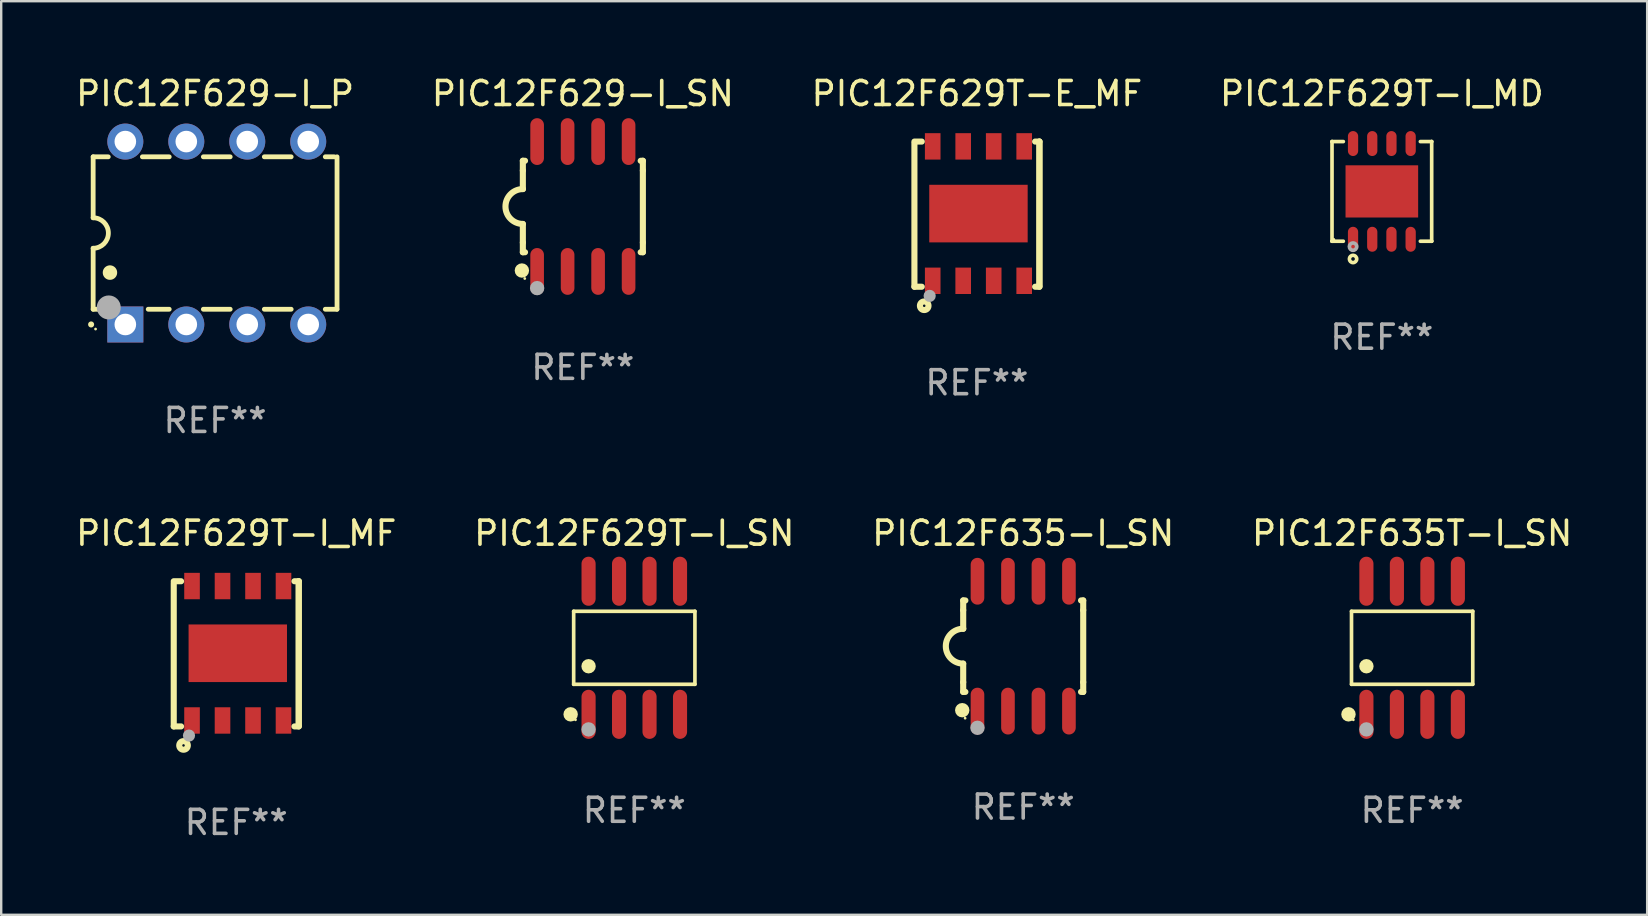
<source format=kicad_pcb>
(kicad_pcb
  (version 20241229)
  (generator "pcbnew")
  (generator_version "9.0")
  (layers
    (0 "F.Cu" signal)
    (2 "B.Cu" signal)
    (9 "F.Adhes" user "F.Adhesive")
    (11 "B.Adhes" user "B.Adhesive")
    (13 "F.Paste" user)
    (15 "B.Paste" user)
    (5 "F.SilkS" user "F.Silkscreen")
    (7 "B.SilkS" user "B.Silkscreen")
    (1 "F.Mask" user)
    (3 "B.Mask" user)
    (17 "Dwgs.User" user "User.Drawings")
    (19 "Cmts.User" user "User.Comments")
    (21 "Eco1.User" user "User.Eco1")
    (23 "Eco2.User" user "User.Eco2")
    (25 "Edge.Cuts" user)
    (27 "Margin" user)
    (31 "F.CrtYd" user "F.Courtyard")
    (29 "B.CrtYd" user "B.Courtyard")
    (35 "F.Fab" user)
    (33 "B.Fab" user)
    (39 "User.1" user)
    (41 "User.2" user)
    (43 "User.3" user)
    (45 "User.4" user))
  (footprint "PIC12F629T-I_SN"
    (layer "F.Cu")
    (at 23.375 23.937)
    (property "Reference" "PIC12F629T-I_SN" (at 0 -4.772 0) (layer "F.SilkS") (effects (font (size 1 1) (thickness 0.15))))
    (attr through_hole)
    (fp_line (start -2.526 -1.521) (end 2.526 -1.521) (stroke (width 0.152) (type solid)) (layer "F.SilkS"))
    (fp_line (start -2.526 1.521) (end -2.526 -1.521) (stroke (width 0.152) (type solid)) (layer "F.SilkS"))
    (fp_line (start 2.526 -1.521) (end 2.526 1.521) (stroke (width 0.152) (type solid)) (layer "F.SilkS"))
    (fp_line (start 2.526 1.521) (end -2.526 1.521) (stroke (width 0.152) (type solid)) (layer "F.SilkS"))
    (fp_circle (center -2.652 2.772) (end -2.501 2.772) (stroke (width 0.3) (type solid)) (fill no) (layer "F.SilkS"))
    (fp_circle (center -2.45 3) (end -2.42 3) (stroke (width 0.06) (type solid)) (fill no) (layer "F.SilkS"))
    (fp_circle (center -1.905 0.769) (end -1.755 0.769) (stroke (width 0.3) (type solid)) (fill no) (layer "F.SilkS"))
    (fp_circle (center -1.905 3.4) (end -1.755 3.4) (stroke (width 0.3) (type solid)) (fill no) (layer "F.Fab"))
    (fp_text user "REF**" (at 0 6.772 0) (layer "F.Fab") (effects (font (size 1 1) (thickness 0.15))))
    (pad "1" smd oval (at -1.905 2.772) (size 0.588 2.045) (layers "F.Cu" "F.Mask" "F.Paste"))
    (pad "2" smd oval (at -0.635 2.772) (size 0.588 2.045) (layers "F.Cu" "F.Mask" "F.Paste"))
    (pad "3" smd oval (at 0.635 2.772) (size 0.588 2.045) (layers "F.Cu" "F.Mask" "F.Paste"))
    (pad "4" smd oval (at 1.905 2.772) (size 0.588 2.045) (layers "F.Cu" "F.Mask" "F.Paste"))
    (pad "5" smd oval (at 1.905 -2.772) (size 0.588 2.045) (layers "F.Cu" "F.Mask" "F.Paste"))
    (pad "6" smd oval (at 0.635 -2.772) (size 0.588 2.045) (layers "F.Cu" "F.Mask" "F.Paste"))
    (pad "7" smd oval (at -0.635 -2.772) (size 0.588 2.045) (layers "F.Cu" "F.Mask" "F.Paste"))
    (pad "8" smd oval (at -1.905 -2.772) (size 0.588 2.045) (layers "F.Cu" "F.Mask" "F.Paste")))
  (footprint "PIC12F629-I_SN"
    (layer "F.Cu")
    (at 21.232 5.553)
    (property "Reference" "PIC12F629-I_SN" (at 0 -4.705 0) (layer "F.SilkS") (effects (font (size 1 1) (thickness 0.15))))
    (attr through_hole)
    (fp_line (start -2.5 -1.905) (end -2.409 -1.905) (stroke (width 0.254) (type solid)) (layer "F.SilkS"))
    (fp_line (start -2.5 -1.5) (end -2.5 -1.905) (stroke (width 0.254) (type solid)) (layer "F.SilkS"))
    (fp_line (start -2.5 -1.5) (end -2.5 -0.726) (stroke (width 0.254) (type solid)) (layer "F.SilkS"))
    (fp_line (start -2.5 1.5) (end -2.5 0.727) (stroke (width 0.254) (type solid)) (layer "F.SilkS"))
    (fp_line (start -2.5 1.5) (end -2.5 1.905) (stroke (width 0.254) (type solid)) (layer "F.SilkS"))
    (fp_line (start -2.5 1.905) (end -2.409 1.905) (stroke (width 0.254) (type solid)) (layer "F.SilkS"))
    (fp_line (start 2.5 -1.905) (end 2.409 -1.905) (stroke (width 0.254) (type solid)) (layer "F.SilkS"))
    (fp_line (start 2.5 -1.5) (end 2.5 -1.905) (stroke (width 0.254) (type solid)) (layer "F.SilkS"))
    (fp_line (start 2.5 -1.5) (end 2.5 1.5) (stroke (width 0.254) (type solid)) (layer "F.SilkS"))
    (fp_line (start 2.5 1.5) (end 2.5 1.905) (stroke (width 0.254) (type solid)) (layer "F.SilkS"))
    (fp_line (start 2.5 1.905) (end 2.409 1.905) (stroke (width 0.254) (type solid)) (layer "F.SilkS"))
    (fp_arc (start -2.5 0.726568) (mid -3.220316 -0.0023) (end -2.495097 -0.726289) (stroke (width 0.254001) (type solid)) (layer "F.SilkS"))
    (fp_circle (center -2.54 2.667) (end -2.39 2.667) (stroke (width 0.3) (type solid)) (fill no) (layer "F.SilkS"))
    (fp_circle (center -2.42 3) (end -2.39 3) (stroke (width 0.06) (type solid)) (fill no) (layer "F.SilkS"))
    (fp_circle (center -1.905 3.4) (end -1.755 3.4) (stroke (width 0.3) (type solid)) (fill no) (layer "F.Fab"))
    (fp_text user "REF**" (at 0 6.705 0) (layer "F.Fab") (effects (font (size 1 1) (thickness 0.15))))
    (pad "1" smd oval (at -1.905 2.705) (size 0.568 1.95) (layers "F.Cu" "F.Mask" "F.Paste"))
    (pad "2" smd oval (at -0.635 2.705) (size 0.568 1.95) (layers "F.Cu" "F.Mask" "F.Paste"))
    (pad "3" smd oval (at 0.635 2.705) (size 0.568 1.95) (layers "F.Cu" "F.Mask" "F.Paste"))
    (pad "4" smd oval (at 1.905 2.705) (size 0.568 1.95) (layers "F.Cu" "F.Mask" "F.Paste"))
    (pad "5" smd oval (at 1.905 -2.705) (size 0.568 1.95) (layers "F.Cu" "F.Mask" "F.Paste"))
    (pad "6" smd oval (at 0.635 -2.705) (size 0.568 1.95) (layers "F.Cu" "F.Mask" "F.Paste"))
    (pad "7" smd oval (at -0.635 -2.705) (size 0.568 1.95) (layers "F.Cu" "F.Mask" "F.Paste"))
    (pad "8" smd oval (at -1.905 -2.705) (size 0.568 1.95) (layers "F.Cu" "F.Mask" "F.Paste")))
  (footprint "PIC12F629T-I_MF"
    (layer "F.Cu")
    (at 6.792 24.189)
    (property "Reference" "PIC12F629T-I_MF" (at 0 -5.024 0) (layer "F.SilkS") (effects (font (size 1 1) (thickness 0.15))))
    (attr through_hole)
    (fp_line (start -2.604 -2.945) (end -2.604 3.024) (stroke (width 0.254) (type solid)) (layer "F.SilkS"))
    (fp_line (start -2.604 3.024) (end -2.298 3.024) (stroke (width 0.254) (type solid)) (layer "F.SilkS"))
    (fp_line (start -2.298 -3.024) (end -2.604 -3.024) (stroke (width 0.254) (type solid)) (layer "F.SilkS"))
    (fp_line (start 2.425 3.024) (end 2.604 3.024) (stroke (width 0.254) (type solid)) (layer "F.SilkS"))
    (fp_line (start 2.604 -3.024) (end 2.425 -3.024) (stroke (width 0.254) (type solid)) (layer "F.SilkS"))
    (fp_line (start 2.604 -3.024) (end 2.604 2.976) (stroke (width 0.254) (type solid)) (layer "F.SilkS"))
    (fp_line (start 2.604 3.024) (end 2.604 -3.024) (stroke (width 0.254) (type solid)) (layer "F.SilkS"))
    (fp_circle (center -2.437 2.976) (end -2.407 2.976) (stroke (width 0.06) (type solid)) (fill no) (layer "F.SilkS"))
    (fp_circle (center -2.196 3.816) (end -2.017 3.816) (stroke (width 0.254) (type solid)) (fill no) (layer "F.SilkS"))
    (fp_circle (center -1.969 3.405) (end -1.842 3.405) (stroke (width 0.254) (type solid)) (fill no) (layer "F.Fab"))
    (fp_text user "REF**" (at 0 7.024 0) (layer "F.Fab") (effects (font (size 1 1) (thickness 0.15))))
    (pad "1" smd rect (at -1.842 2.776) (size 0.65 1.1) (layers "F.Cu" "F.Mask" "F.Paste"))
    (pad "2" smd rect (at -0.572 2.776) (size 0.65 1.1) (layers "F.Cu" "F.Mask" "F.Paste"))
    (pad "3" smd rect (at 0.699 2.776) (size 0.65 1.1) (layers "F.Cu" "F.Mask" "F.Paste"))
    (pad "4" smd rect (at 1.969 2.776) (size 0.65 1.1) (layers "F.Cu" "F.Mask" "F.Paste"))
    (pad "5" smd rect (at 1.969 -2.824) (size 0.65 1.1) (layers "F.Cu" "F.Mask" "F.Paste"))
    (pad "6" smd rect (at 0.699 -2.824) (size 0.65 1.1) (layers "F.Cu" "F.Mask" "F.Paste"))
    (pad "7" smd rect (at -0.572 -2.824) (size 0.65 1.1) (layers "F.Cu" "F.Mask" "F.Paste"))
    (pad "8" smd rect (at -1.842 -2.824) (size 0.65 1.1) (layers "F.Cu" "F.Mask" "F.Paste"))
    (pad "9" smd rect (at 0.064 -0.024) (size 4.1 2.4) (layers "F.Cu" "F.Mask" "F.Paste")))
  (footprint "PIC12F629T-E_MF"
    (layer "F.Cu")
    (at 37.649 5.872)
    (property "Reference" "PIC12F629T-E_MF" (at 0 -5.024 0) (layer "F.SilkS") (effects (font (size 1 1) (thickness 0.15))))
    (attr through_hole)
    (fp_line (start -2.604 -2.945) (end -2.604 3.024) (stroke (width 0.254) (type solid)) (layer "F.SilkS"))
    (fp_line (start -2.604 3.024) (end -2.298 3.024) (stroke (width 0.254) (type solid)) (layer "F.SilkS"))
    (fp_line (start -2.298 -3.024) (end -2.604 -3.024) (stroke (width 0.254) (type solid)) (layer "F.SilkS"))
    (fp_line (start 2.425 3.024) (end 2.604 3.024) (stroke (width 0.254) (type solid)) (layer "F.SilkS"))
    (fp_line (start 2.604 -3.024) (end 2.425 -3.024) (stroke (width 0.254) (type solid)) (layer "F.SilkS"))
    (fp_line (start 2.604 -3.024) (end 2.604 2.976) (stroke (width 0.254) (type solid)) (layer "F.SilkS"))
    (fp_line (start 2.604 3.024) (end 2.604 -3.024) (stroke (width 0.254) (type solid)) (layer "F.SilkS"))
    (fp_circle (center -2.437 2.976) (end -2.407 2.976) (stroke (width 0.06) (type solid)) (fill no) (layer "F.SilkS"))
    (fp_circle (center -2.196 3.816) (end -2.017 3.816) (stroke (width 0.254) (type solid)) (fill no) (layer "F.SilkS"))
    (fp_circle (center -1.969 3.405) (end -1.842 3.405) (stroke (width 0.254) (type solid)) (fill no) (layer "F.Fab"))
    (fp_text user "REF**" (at 0 7.024 0) (layer "F.Fab") (effects (font (size 1 1) (thickness 0.15))))
    (pad "1" smd rect (at -1.842 2.776) (size 0.65 1.1) (layers "F.Cu" "F.Mask" "F.Paste"))
    (pad "2" smd rect (at -0.572 2.776) (size 0.65 1.1) (layers "F.Cu" "F.Mask" "F.Paste"))
    (pad "3" smd rect (at 0.699 2.776) (size 0.65 1.1) (layers "F.Cu" "F.Mask" "F.Paste"))
    (pad "4" smd rect (at 1.969 2.776) (size 0.65 1.1) (layers "F.Cu" "F.Mask" "F.Paste"))
    (pad "5" smd rect (at 1.969 -2.824) (size 0.65 1.1) (layers "F.Cu" "F.Mask" "F.Paste"))
    (pad "6" smd rect (at 0.699 -2.824) (size 0.65 1.1) (layers "F.Cu" "F.Mask" "F.Paste"))
    (pad "7" smd rect (at -0.572 -2.824) (size 0.65 1.1) (layers "F.Cu" "F.Mask" "F.Paste"))
    (pad "8" smd rect (at -1.842 -2.824) (size 0.65 1.1) (layers "F.Cu" "F.Mask" "F.Paste"))
    (pad "9" smd rect (at 0.064 -0.024) (size 4.1 2.4) (layers "F.Cu" "F.Mask" "F.Paste")))
  (footprint "PIC12F629-I_P"
    (layer "F.Cu")
    (at 5.911 6.658)
    (property "Reference" "PIC12F629-I_P" (at 0 -5.81 0) (layer "F.SilkS") (effects (font (size 1 1) (thickness 0.15))))
    (attr through_hole)
    (fp_line (start -5.08 -3.175) (end -4.451 -3.175) (stroke (width 0.2) (type solid)) (layer "F.SilkS"))
    (fp_line (start -5.08 -0.635) (end -5.08 -3.175) (stroke (width 0.2) (type solid)) (layer "F.SilkS"))
    (fp_line (start -5.08 3.175) (end -5.08 0.635) (stroke (width 0.2) (type solid)) (layer "F.SilkS"))
    (fp_line (start -4.694 3.175) (end -5.08 3.175) (stroke (width 0.2) (type solid)) (layer "F.SilkS"))
    (fp_line (start -3.029 -3.175) (end -1.911 -3.175) (stroke (width 0.2) (type solid)) (layer "F.SilkS"))
    (fp_line (start -1.911 3.175) (end -2.786 3.175) (stroke (width 0.2) (type solid)) (layer "F.SilkS"))
    (fp_line (start -0.489 -3.175) (end 0.629 -3.175) (stroke (width 0.2) (type solid)) (layer "F.SilkS"))
    (fp_line (start 0.629 3.175) (end -0.489 3.175) (stroke (width 0.2) (type solid)) (layer "F.SilkS"))
    (fp_line (start 2.051 -3.175) (end 3.169 -3.175) (stroke (width 0.2) (type solid)) (layer "F.SilkS"))
    (fp_line (start 3.169 3.175) (end 2.051 3.175) (stroke (width 0.2) (type solid)) (layer "F.SilkS"))
    (fp_line (start 4.591 -3.175) (end 4.97 -3.175) (stroke (width 0.2) (type solid)) (layer "F.SilkS"))
    (fp_line (start 5.074 3.175) (end 4.591 3.175) (stroke (width 0.2) (type solid)) (layer "F.SilkS"))
    (fp_line (start 5.08 -3.175) (end 5.08 3.175) (stroke (width 0.2) (type solid)) (layer "F.SilkS"))
    (fp_arc (start -5.164948 3.810008) (mid -5.164955 3.808738) (end -5.164948 3.807468) (stroke (width 0.25) (type solid)) (layer "F.SilkS"))
    (fp_arc (start -5.081128 -0.635001) (mid -4.446127 0) (end -5.081128 0.635001) (stroke (width 0.2) (type solid)) (layer "F.SilkS"))
    (fp_arc (start -4.380086 1.651003) (mid -4.380097 1.648463) (end -4.380086 1.645923) (stroke (width 0.6) (type solid)) (layer "F.SilkS"))
    (fp_circle (center -4.98 4) (end -4.95 4) (stroke (width 0.06) (type solid)) (fill no) (layer "F.SilkS"))
    (fp_circle (center -4.43 3.1) (end -4.18 3.1) (stroke (width 0.5) (type solid)) (fill no) (layer "F.Fab"))
    (fp_text user "REF**" (at 0 7.81 0) (layer "F.Fab") (effects (font (size 1 1) (thickness 0.15))))
    (pad "1" thru_hole rect (at -3.74 3.81) (size 1.5 1.5) (drill 0.9) (layers "*.Cu" "*.Mask"))
    (pad "2" thru_hole circle (at -1.2 3.81) (size 1.5 1.5) (drill 0.9) (layers "*.Cu" "*.Mask"))
    (pad "3" thru_hole circle (at 1.34 3.81) (size 1.5 1.5) (drill 0.9) (layers "*.Cu" "*.Mask"))
    (pad "4" thru_hole circle (at 3.88 3.81) (size 1.5 1.5) (drill 0.9) (layers "*.Cu" "*.Mask"))
    (pad "5" thru_hole circle (at 3.88 -3.81) (size 1.5 1.5) (drill 0.9) (layers "*.Cu" "*.Mask"))
    (pad "6" thru_hole circle (at 1.34 -3.81) (size 1.5 1.5) (drill 0.9) (layers "*.Cu" "*.Mask"))
    (pad "7" thru_hole circle (at -1.2 -3.81) (size 1.5 1.5) (drill 0.9) (layers "*.Cu" "*.Mask"))
    (pad "8" thru_hole circle (at -3.74 -3.81) (size 1.5 1.5) (drill 0.9) (layers "*.Cu" "*.Mask")))
  (footprint "PIC12F629T-I_MD"
    (layer "F.Cu")
    (at 54.518 4.924)
    (property "Reference" "PIC12F629T-I_MD" (at 0 -4.076 0) (layer "F.SilkS") (effects (font (size 1 1) (thickness 0.15))))
    (attr through_hole)
    (fp_line (start -2.076 -2.076) (end -2.076 -2.076) (stroke (width 0.152) (type solid)) (layer "F.SilkS"))
    (fp_line (start -2.076 -2.076) (end -1.604 -2.076) (stroke (width 0.152) (type solid)) (layer "F.SilkS"))
    (fp_line (start -2.076 2.076) (end -2.076 -2.076) (stroke (width 0.152) (type solid)) (layer "F.SilkS"))
    (fp_line (start -2.076 2.076) (end -2.076 2.076) (stroke (width 0.152) (type solid)) (layer "F.SilkS"))
    (fp_line (start -1.604 2.076) (end -2.076 2.076) (stroke (width 0.152) (type solid)) (layer "F.SilkS"))
    (fp_line (start 1.604 2.076) (end 2.076 2.076) (stroke (width 0.152) (type solid)) (layer "F.SilkS"))
    (fp_line (start 2.076 -2.076) (end 1.604 -2.076) (stroke (width 0.152) (type solid)) (layer "F.SilkS"))
    (fp_line (start 2.076 -2.076) (end 2.076 -2.076) (stroke (width 0.152) (type solid)) (layer "F.SilkS"))
    (fp_line (start 2.076 2.076) (end 2.076 -2.076) (stroke (width 0.152) (type solid)) (layer "F.SilkS"))
    (fp_line (start 2.076 2.076) (end 2.076 2.076) (stroke (width 0.152) (type solid)) (layer "F.SilkS"))
    (fp_circle (center -2 2) (end -1.97 2) (stroke (width 0.06) (type solid)) (fill no) (layer "F.SilkS"))
    (fp_circle (center -1.2 2.814) (end -1.124 2.814) (stroke (width 0.153) (type solid)) (fill no) (layer "F.SilkS"))
    (fp_circle (center -1.2 2.3) (end -1.124 2.3) (stroke (width 0.153) (type solid)) (fill no) (layer "F.Fab"))
    (fp_text user "REF**" (at 0 6.076 0) (layer "F.Fab") (effects (font (size 1 1) (thickness 0.15))))
    (pad "1" smd oval (at -1.2 1.994) (size 0.427 1.039) (layers "F.Cu" "F.Mask" "F.Paste"))
    (pad "2" smd oval (at -0.4 1.994) (size 0.427 1.039) (layers "F.Cu" "F.Mask" "F.Paste"))
    (pad "3" smd oval (at 0.4 1.994) (size 0.427 1.039) (layers "F.Cu" "F.Mask" "F.Paste"))
    (pad "4" smd oval (at 1.2 1.994) (size 0.427 1.039) (layers "F.Cu" "F.Mask" "F.Paste"))
    (pad "5" smd oval (at 1.2 -1.994) (size 0.427 1.039) (layers "F.Cu" "F.Mask" "F.Paste"))
    (pad "6" smd oval (at 0.4 -1.994) (size 0.427 1.039) (layers "F.Cu" "F.Mask" "F.Paste"))
    (pad "7" smd oval (at -0.4 -1.994) (size 0.427 1.039) (layers "F.Cu" "F.Mask" "F.Paste"))
    (pad "8" smd oval (at -1.2 -1.994) (size 0.427 1.039) (layers "F.Cu" "F.Mask" "F.Paste"))
    (pad "9" smd rect (at 0 0) (size 3.025 2.175) (layers "F.Cu" "F.Mask" "F.Paste")))
  (footprint "PIC12F635T-I_SN"
    (layer "F.Cu")
    (at 55.78 23.937)
    (property "Reference" "PIC12F635T-I_SN" (at 0 -4.772 0) (layer "F.SilkS") (effects (font (size 1 1) (thickness 0.15))))
    (attr through_hole)
    (fp_line (start -2.526 -1.521) (end 2.526 -1.521) (stroke (width 0.152) (type solid)) (layer "F.SilkS"))
    (fp_line (start -2.526 1.521) (end -2.526 -1.521) (stroke (width 0.152) (type solid)) (layer "F.SilkS"))
    (fp_line (start 2.526 -1.521) (end 2.526 1.521) (stroke (width 0.152) (type solid)) (layer "F.SilkS"))
    (fp_line (start 2.526 1.521) (end -2.526 1.521) (stroke (width 0.152) (type solid)) (layer "F.SilkS"))
    (fp_circle (center -2.652 2.772) (end -2.501 2.772) (stroke (width 0.3) (type solid)) (fill no) (layer "F.SilkS"))
    (fp_circle (center -2.45 3) (end -2.42 3) (stroke (width 0.06) (type solid)) (fill no) (layer "F.SilkS"))
    (fp_circle (center -1.905 0.769) (end -1.755 0.769) (stroke (width 0.3) (type solid)) (fill no) (layer "F.SilkS"))
    (fp_circle (center -1.905 3.4) (end -1.755 3.4) (stroke (width 0.3) (type solid)) (fill no) (layer "F.Fab"))
    (fp_text user "REF**" (at 0 6.772 0) (layer "F.Fab") (effects (font (size 1 1) (thickness 0.15))))
    (pad "1" smd oval (at -1.905 2.772) (size 0.588 2.045) (layers "F.Cu" "F.Mask" "F.Paste"))
    (pad "2" smd oval (at -0.635 2.772) (size 0.588 2.045) (layers "F.Cu" "F.Mask" "F.Paste"))
    (pad "3" smd oval (at 0.635 2.772) (size 0.588 2.045) (layers "F.Cu" "F.Mask" "F.Paste"))
    (pad "4" smd oval (at 1.905 2.772) (size 0.588 2.045) (layers "F.Cu" "F.Mask" "F.Paste"))
    (pad "5" smd oval (at 1.905 -2.772) (size 0.588 2.045) (layers "F.Cu" "F.Mask" "F.Paste"))
    (pad "6" smd oval (at 0.635 -2.772) (size 0.588 2.045) (layers "F.Cu" "F.Mask" "F.Paste"))
    (pad "7" smd oval (at -0.635 -2.772) (size 0.588 2.045) (layers "F.Cu" "F.Mask" "F.Paste"))
    (pad "8" smd oval (at -1.905 -2.772) (size 0.588 2.045) (layers "F.Cu" "F.Mask" "F.Paste")))
  (footprint "PIC12F635-I_SN"
    (layer "F.Cu")
    (at 39.577 23.87)
    (property "Reference" "PIC12F635-I_SN" (at 0 -4.705 0) (layer "F.SilkS") (effects (font (size 1 1) (thickness 0.15))))
    (attr through_hole)
    (fp_line (start -2.5 -1.905) (end -2.409 -1.905) (stroke (width 0.254) (type solid)) (layer "F.SilkS"))
    (fp_line (start -2.5 -1.5) (end -2.5 -1.905) (stroke (width 0.254) (type solid)) (layer "F.SilkS"))
    (fp_line (start -2.5 -1.5) (end -2.5 -0.726) (stroke (width 0.254) (type solid)) (layer "F.SilkS"))
    (fp_line (start -2.5 1.5) (end -2.5 0.727) (stroke (width 0.254) (type solid)) (layer "F.SilkS"))
    (fp_line (start -2.5 1.5) (end -2.5 1.905) (stroke (width 0.254) (type solid)) (layer "F.SilkS"))
    (fp_line (start -2.5 1.905) (end -2.409 1.905) (stroke (width 0.254) (type solid)) (layer "F.SilkS"))
    (fp_line (start 2.5 -1.905) (end 2.409 -1.905) (stroke (width 0.254) (type solid)) (layer "F.SilkS"))
    (fp_line (start 2.5 -1.5) (end 2.5 -1.905) (stroke (width 0.254) (type solid)) (layer "F.SilkS"))
    (fp_line (start 2.5 -1.5) (end 2.5 1.5) (stroke (width 0.254) (type solid)) (layer "F.SilkS"))
    (fp_line (start 2.5 1.5) (end 2.5 1.905) (stroke (width 0.254) (type solid)) (layer "F.SilkS"))
    (fp_line (start 2.5 1.905) (end 2.409 1.905) (stroke (width 0.254) (type solid)) (layer "F.SilkS"))
    (fp_arc (start -2.5 0.726568) (mid -3.220316 -0.0023) (end -2.495097 -0.726289) (stroke (width 0.254001) (type solid)) (layer "F.SilkS"))
    (fp_circle (center -2.54 2.667) (end -2.39 2.667) (stroke (width 0.3) (type solid)) (fill no) (layer "F.SilkS"))
    (fp_circle (center -2.42 3) (end -2.39 3) (stroke (width 0.06) (type solid)) (fill no) (layer "F.SilkS"))
    (fp_circle (center -1.905 3.4) (end -1.755 3.4) (stroke (width 0.3) (type solid)) (fill no) (layer "F.Fab"))
    (fp_text user "REF**" (at 0 6.705 0) (layer "F.Fab") (effects (font (size 1 1) (thickness 0.15))))
    (pad "1" smd oval (at -1.905 2.705) (size 0.568 1.95) (layers "F.Cu" "F.Mask" "F.Paste"))
    (pad "2" smd oval (at -0.635 2.705) (size 0.568 1.95) (layers "F.Cu" "F.Mask" "F.Paste"))
    (pad "3" smd oval (at 0.635 2.705) (size 0.568 1.95) (layers "F.Cu" "F.Mask" "F.Paste"))
    (pad "4" smd oval (at 1.905 2.705) (size 0.568 1.95) (layers "F.Cu" "F.Mask" "F.Paste"))
    (pad "5" smd oval (at 1.905 -2.705) (size 0.568 1.95) (layers "F.Cu" "F.Mask" "F.Paste"))
    (pad "6" smd oval (at 0.635 -2.705) (size 0.568 1.95) (layers "F.Cu" "F.Mask" "F.Paste"))
    (pad "7" smd oval (at -0.635 -2.705) (size 0.568 1.95) (layers "F.Cu" "F.Mask" "F.Paste"))
    (pad "8" smd oval (at -1.905 -2.705) (size 0.568 1.95) (layers "F.Cu" "F.Mask" "F.Paste")))
  (gr_rect
    (start -3 -3)
    (end 65.571 35.061)
    (stroke (width 0.1) (type default))
    (fill no)
    (layer "Edge.Cuts")))
</source>
